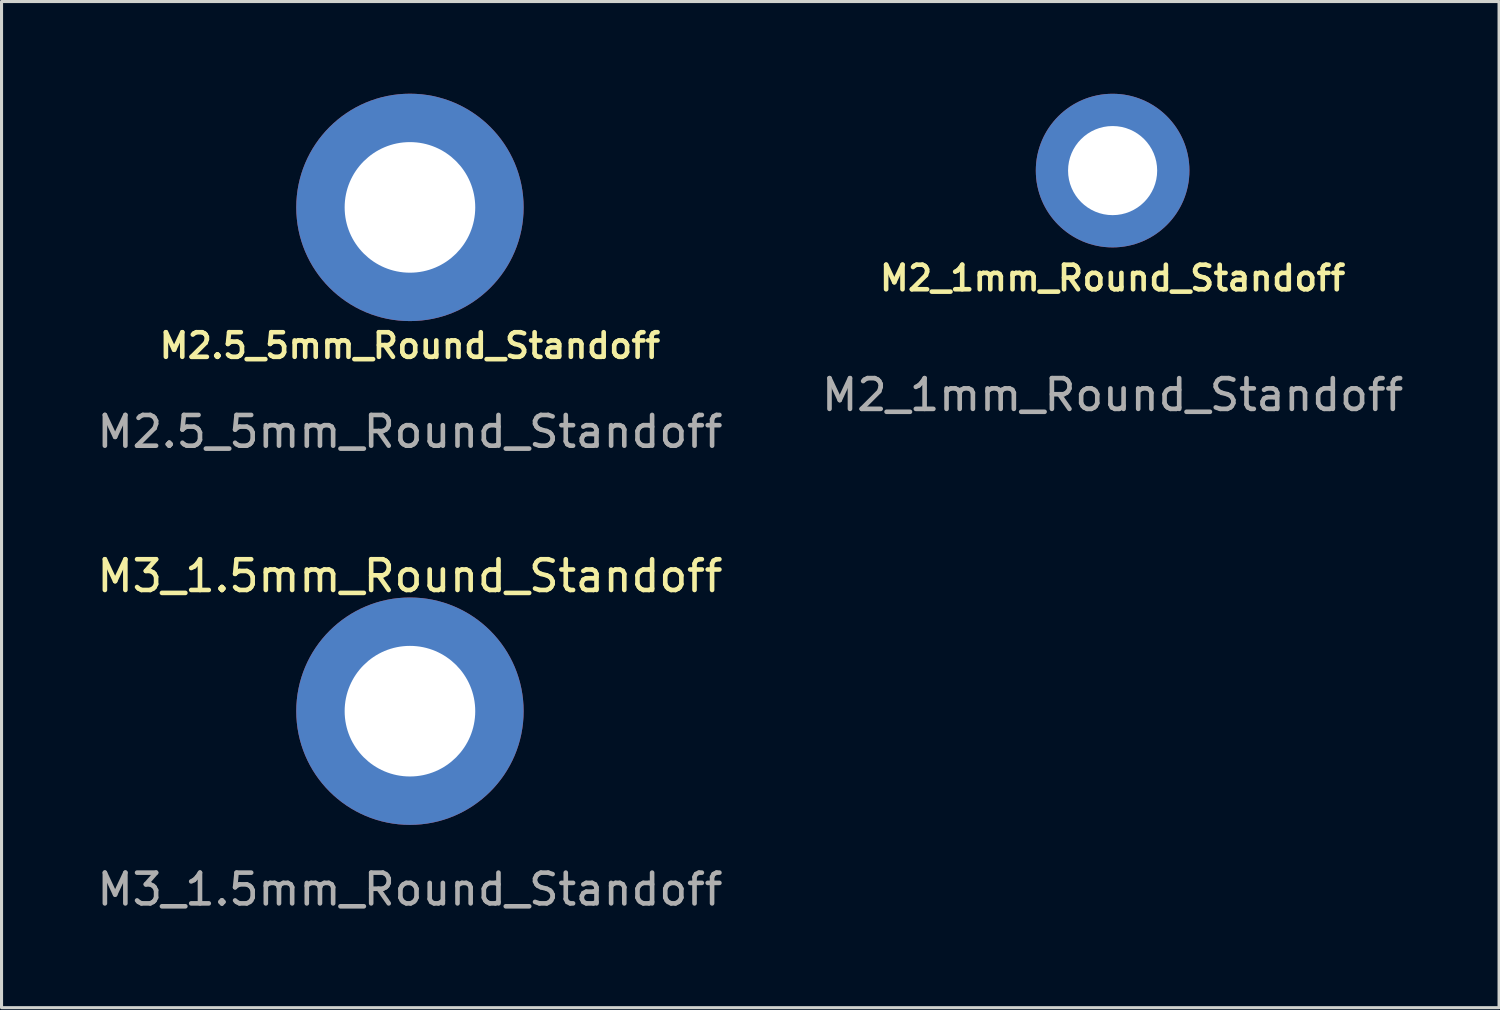
<source format=kicad_pcb>
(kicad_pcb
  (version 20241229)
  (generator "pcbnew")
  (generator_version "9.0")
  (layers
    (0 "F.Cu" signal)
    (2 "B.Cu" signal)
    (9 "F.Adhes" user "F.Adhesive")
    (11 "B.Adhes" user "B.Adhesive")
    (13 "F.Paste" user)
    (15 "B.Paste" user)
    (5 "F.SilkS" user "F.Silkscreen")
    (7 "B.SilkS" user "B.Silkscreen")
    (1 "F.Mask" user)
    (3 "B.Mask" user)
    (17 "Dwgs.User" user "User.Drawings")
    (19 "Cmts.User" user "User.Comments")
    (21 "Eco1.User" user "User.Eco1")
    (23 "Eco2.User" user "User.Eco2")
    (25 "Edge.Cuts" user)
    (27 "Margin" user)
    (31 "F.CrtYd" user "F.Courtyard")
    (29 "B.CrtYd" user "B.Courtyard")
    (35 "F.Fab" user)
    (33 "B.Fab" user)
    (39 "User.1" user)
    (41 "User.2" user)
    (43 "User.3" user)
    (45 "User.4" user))
  (footprint "M3_1.5mm_Round_Standoff"
    (layer "F.Cu")
    (at 10.292 20.096)
    (property "Reference" "M3_1.5mm_Round_Standoff" (at 0 -4.4 0) (unlocked yes) (layer "F.SilkS") (effects (font (size 1 1) (thickness 0.15))))
    (attr smd)
    (fp_line (start -2.2 -0.4) (end -3.6 -0.4) (stroke (width 0.12) (type default)) (layer "F.Paste"))
    (fp_line (start -2.2 0.4) (end -3.6 0.4) (stroke (width 0.12) (type default)) (layer "F.Paste"))
    (fp_line (start -0.4 -2.2) (end -0.4 -3.6) (stroke (width 0.12) (type default)) (layer "F.Paste"))
    (fp_line (start -0.4 2.2) (end -0.4 3.6) (stroke (width 0.12) (type default)) (layer "F.Paste"))
    (fp_line (start 0.4 -2.2) (end 0.4 -3.6) (stroke (width 0.12) (type default)) (layer "F.Paste"))
    (fp_line (start 0.4 3.6) (end 0.4 2.2) (stroke (width 0.12) (type default)) (layer "F.Paste"))
    (fp_line (start 2.2 -0.4) (end 3.6 -0.4) (stroke (width 0.12) (type default)) (layer "F.Paste"))
    (fp_line (start 2.2 0.4) (end 3.6 0.4) (stroke (width 0.12) (type default)) (layer "F.Paste"))
    (fp_arc (start -3.6 -0.4) (mid -2.56125 -2.56125) (end -0.4 -3.6) (stroke (width 0.12) (type default)) (layer "F.Paste"))
    (fp_arc (start -2.199999 -0.4) (mid -1.581138 -1.581138) (end -0.4 -2.199999) (stroke (width 0.12) (type default)) (layer "F.Paste"))
    (fp_arc (start -0.4 2.199999) (mid -1.581138 1.581138) (end -2.199999 0.4) (stroke (width 0.12) (type default)) (layer "F.Paste"))
    (fp_arc (start -0.4 3.6) (mid -2.56125 2.56125) (end -3.6 0.4) (stroke (width 0.12) (type default)) (layer "F.Paste"))
    (fp_arc (start 0.4 -3.6) (mid 2.56125 -2.56125) (end 3.6 -0.4) (stroke (width 0.12) (type default)) (layer "F.Paste"))
    (fp_arc (start 0.4 -2.199999) (mid 1.581138 -1.581138) (end 2.199999 -0.4) (stroke (width 0.12) (type default)) (layer "F.Paste"))
    (fp_arc (start 2.199999 0.4) (mid 1.581138 1.581138) (end 0.4 2.199999) (stroke (width 0.12) (type default)) (layer "F.Paste"))
    (fp_arc (start 3.6 0.4) (mid 2.56125 2.56125) (end 0.4 3.6) (stroke (width 0.12) (type default)) (layer "F.Paste"))
    (fp_poly (pts (xy -2.2 0.4) (xy -3.6 0.4) (xy -3.45 1.06) (xy -3.12 1.83) (xy -2.64 2.48) (xy -2.27 2.82) (xy -1.9 3.08) (xy -1.34 3.37) (xy -1 3.48) (xy -0.4 3.6) (xy -0.4 2.2) (xy -0.76 2.1) (xy -1.16 1.92) (xy -1.61 1.55) (xy -1.96 1.1) (xy -2.1 0.73)) (stroke (width 0.01) (type solid)) (fill yes) (layer "F.Paste"))
    (fp_poly (pts (xy -0.4 -2.2) (xy -0.4 -3.6) (xy -1.06 -3.45) (xy -1.83 -3.12) (xy -2.48 -2.64) (xy -2.82 -2.27) (xy -3.08 -1.9) (xy -3.37 -1.34) (xy -3.48 -1) (xy -3.6 -0.4) (xy -2.2 -0.4) (xy -2.1 -0.76) (xy -1.92 -1.16) (xy -1.55 -1.61) (xy -1.1 -1.96) (xy -0.73 -2.1)) (stroke (width 0.01) (type solid)) (fill yes) (layer "F.Paste"))
    (fp_poly (pts (xy 0.4 2.2) (xy 0.4 3.6) (xy 1.06 3.45) (xy 1.83 3.12) (xy 2.48 2.64) (xy 2.82 2.27) (xy 3.08 1.9) (xy 3.37 1.34) (xy 3.48 1) (xy 3.6 0.4) (xy 2.2 0.4) (xy 2.1 0.76) (xy 1.92 1.16) (xy 1.55 1.61) (xy 1.1 1.96) (xy 0.73 2.1)) (stroke (width 0.01) (type solid)) (fill yes) (layer "F.Paste"))
    (fp_poly (pts (xy 2.2 -0.4) (xy 3.6 -0.4) (xy 3.45 -1.06) (xy 3.12 -1.83) (xy 2.64 -2.48) (xy 2.27 -2.82) (xy 1.9 -3.08) (xy 1.34 -3.37) (xy 1 -3.48) (xy 0.4 -3.6) (xy 0.4 -2.2) (xy 0.76 -2.1) (xy 1.16 -1.92) (xy 1.61 -1.55) (xy 1.96 -1.1) (xy 2.1 -0.73)) (stroke (width 0.01) (type solid)) (fill yes) (layer "F.Paste"))
    (fp_text user "${REFERENCE}" (at 0 5.8 0) (unlocked yes) (layer "F.Fab") (effects (font (size 1 1) (thickness 0.15))))
    (pad "1" thru_hole circle (at 0 0) (size 7.4 7.4) (drill 4.25) (layers "*.Cu" "F.Mask")))
  (footprint "M2_1mm_Round_Standoff"
    (layer "F.Cu")
    (at 33.161 2.502)
    (property "Reference" "M2_1mm_Round_Standoff" (at 0 3.5 0) (unlocked yes) (layer "F.SilkS") (effects (font (size 0.8 0.8) (thickness 0.15))))
    (attr smd)
    (fp_line (start -2.4 0.5) (end -1.4 0.5) (stroke (width 0.1) (type default)) (layer "F.Paste"))
    (fp_line (start -1.4 -0.5) (end -2.4 -0.5) (stroke (width 0.1) (type default)) (layer "F.Paste"))
    (fp_line (start 1.4 0.5) (end 2.4 0.5) (stroke (width 0.1) (type default)) (layer "F.Paste"))
    (fp_line (start 2.4 -0.5) (end 1.4 -0.5) (stroke (width 0.1) (type default)) (layer "F.Paste"))
    (fp_arc (start -2.4 -0.5) (mid 0 -2.45153) (end 2.4 -0.5) (stroke (width 0.1) (type default)) (layer "F.Paste"))
    (fp_arc (start -2.3 -0.5) (mid 0 -2.35372) (end 2.3 -0.5) (stroke (width 0.1) (type default)) (layer "F.Paste"))
    (fp_arc (start -2.199999 -0.5) (mid 0 -2.256102) (end 2.199999 -0.5) (stroke (width 0.1) (type default)) (layer "F.Paste"))
    (fp_arc (start -2.1 -0.5) (mid 0 -2.158703) (end 2.1 -0.5) (stroke (width 0.1) (type default)) (layer "F.Paste"))
    (fp_arc (start -1.999999 -0.5) (mid 0 -2.061552) (end 1.999999 -0.5) (stroke (width 0.1) (type default)) (layer "F.Paste"))
    (fp_arc (start -1.9 -0.5) (mid 0 -1.964688) (end 1.9 -0.5) (stroke (width 0.1) (type default)) (layer "F.Paste"))
    (fp_arc (start -1.8 -0.5) (mid 0 -1.868154) (end 1.8 -0.5) (stroke (width 0.1) (type default)) (layer "F.Paste"))
    (fp_arc (start -1.7 -0.5) (mid 0 -1.772005) (end 1.7 -0.5) (stroke (width 0.1) (type default)) (layer "F.Paste"))
    (fp_arc (start -1.6 -0.5) (mid 0 -1.676305) (end 1.6 -0.5) (stroke (width 0.1) (type default)) (layer "F.Paste"))
    (fp_arc (start -1.499999 -0.5) (mid 0 -1.581138) (end 1.499999 -0.5) (stroke (width 0.1) (type default)) (layer "F.Paste"))
    (fp_arc (start -1.399999 -0.5) (mid 0 -1.486606) (end 1.399999 -0.5) (stroke (width 0.1) (type default)) (layer "F.Paste"))
    (fp_arc (start 1.399999 0.5) (mid 0 1.486606) (end -1.399999 0.5) (stroke (width 0.1) (type default)) (layer "F.Paste"))
    (fp_arc (start 1.499999 0.5) (mid 0 1.581138) (end -1.499999 0.5) (stroke (width 0.1) (type default)) (layer "F.Paste"))
    (fp_arc (start 1.6 0.5) (mid 0 1.676305) (end -1.6 0.5) (stroke (width 0.1) (type default)) (layer "F.Paste"))
    (fp_arc (start 1.7 0.5) (mid 0 1.772005) (end -1.7 0.5) (stroke (width 0.1) (type default)) (layer "F.Paste"))
    (fp_arc (start 1.8 0.5) (mid 0 1.868154) (end -1.8 0.5) (stroke (width 0.1) (type default)) (layer "F.Paste"))
    (fp_arc (start 1.9 0.5) (mid 0 1.964688) (end -1.9 0.5) (stroke (width 0.1) (type default)) (layer "F.Paste"))
    (fp_arc (start 1.999999 0.5) (mid 0 2.061552) (end -1.999999 0.5) (stroke (width 0.1) (type default)) (layer "F.Paste"))
    (fp_arc (start 2.1 0.5) (mid 0 2.158703) (end -2.1 0.5) (stroke (width 0.1) (type default)) (layer "F.Paste"))
    (fp_arc (start 2.199999 0.5) (mid 0 2.256102) (end -2.199999 0.5) (stroke (width 0.1) (type default)) (layer "F.Paste"))
    (fp_arc (start 2.3 0.5) (mid 0 2.35372) (end -2.3 0.5) (stroke (width 0.1) (type default)) (layer "F.Paste"))
    (fp_arc (start 2.4 0.5) (mid 0 2.45153) (end -2.4 0.5) (stroke (width 0.1) (type default)) (layer "F.Paste"))
    (fp_text user "${REFERENCE}" (at 0 7.3 0) (unlocked yes) (layer "F.Fab") (effects (font (size 1 1) (thickness 0.15))))
    (pad "1" thru_hole circle (at 0 0) (size 5 5) (drill 2.9) (layers "*.Cu" "F.Mask")))
  (footprint "M2.5_5mm_Round_Standoff"
    (layer "F.Cu")
    (at 10.292 3.7)
    (property "Reference" "M2.5_5mm_Round_Standoff" (at 0 4.5 0) (unlocked yes) (layer "F.SilkS") (effects (font (size 0.8 0.8) (thickness 0.15))))
    (attr smd)
    (fp_line (start -2.2 -0.4) (end -3.6 -0.4) (stroke (width 0.12) (type default)) (layer "F.Paste"))
    (fp_line (start -2.2 0.4) (end -3.6 0.4) (stroke (width 0.12) (type default)) (layer "F.Paste"))
    (fp_line (start -0.4 -2.2) (end -0.4 -3.6) (stroke (width 0.12) (type default)) (layer "F.Paste"))
    (fp_line (start -0.4 2.2) (end -0.4 3.6) (stroke (width 0.12) (type default)) (layer "F.Paste"))
    (fp_line (start 0.4 -2.2) (end 0.4 -3.6) (stroke (width 0.12) (type default)) (layer "F.Paste"))
    (fp_line (start 0.4 3.6) (end 0.4 2.2) (stroke (width 0.12) (type default)) (layer "F.Paste"))
    (fp_line (start 2.2 -0.4) (end 3.6 -0.4) (stroke (width 0.12) (type default)) (layer "F.Paste"))
    (fp_line (start 2.2 0.4) (end 3.6 0.4) (stroke (width 0.12) (type default)) (layer "F.Paste"))
    (fp_arc (start -3.599999 -0.399999) (mid -2.561249 -2.561249) (end -0.399999 -3.599999) (stroke (width 0.12) (type default)) (layer "F.Paste"))
    (fp_arc (start -2.199998 -0.399999) (mid -1.581137 -1.581137) (end -0.399999 -2.199998) (stroke (width 0.12) (type default)) (layer "F.Paste"))
    (fp_arc (start -0.399999 2.2) (mid -1.581137 1.581139) (end -2.199998 0.400001) (stroke (width 0.12) (type default)) (layer "F.Paste"))
    (fp_arc (start -0.399999 3.600001) (mid -2.561249 2.561251) (end -3.599999 0.400001) (stroke (width 0.12) (type default)) (layer "F.Paste"))
    (fp_arc (start 0.400001 -3.599999) (mid 2.561251 -2.561249) (end 3.600001 -0.399999) (stroke (width 0.12) (type default)) (layer "F.Paste"))
    (fp_arc (start 0.400001 -2.199998) (mid 1.581139 -1.581137) (end 2.2 -0.399999) (stroke (width 0.12) (type default)) (layer "F.Paste"))
    (fp_arc (start 2.2 0.400001) (mid 1.581139 1.581139) (end 0.400001 2.2) (stroke (width 0.12) (type default)) (layer "F.Paste"))
    (fp_arc (start 3.600001 0.400001) (mid 2.561251 2.561251) (end 0.400001 3.600001) (stroke (width 0.12) (type default)) (layer "F.Paste"))
    (fp_poly (pts (xy -2.2 0.4) (xy -3.6 0.4) (xy -3.45 1.06) (xy -3.12 1.83) (xy -2.64 2.48) (xy -2.27 2.82) (xy -1.9 3.08) (xy -1.34 3.37) (xy -1 3.48) (xy -0.4 3.6) (xy -0.4 2.2) (xy -0.76 2.1) (xy -1.16 1.92) (xy -1.61 1.55) (xy -1.96 1.1) (xy -2.1 0.73)) (stroke (width 0.01) (type solid)) (fill yes) (layer "F.Paste"))
    (fp_poly (pts (xy -0.4 -2.2) (xy -0.4 -3.6) (xy -1.06 -3.45) (xy -1.83 -3.12) (xy -2.48 -2.64) (xy -2.82 -2.27) (xy -3.08 -1.9) (xy -3.37 -1.34) (xy -3.48 -1) (xy -3.6 -0.4) (xy -2.2 -0.4) (xy -2.1 -0.76) (xy -1.92 -1.16) (xy -1.55 -1.61) (xy -1.1 -1.96) (xy -0.73 -2.1)) (stroke (width 0.01) (type solid)) (fill yes) (layer "F.Paste"))
    (fp_poly (pts (xy 0.4 2.2) (xy 0.4 3.6) (xy 1.06 3.45) (xy 1.83 3.12) (xy 2.48 2.64) (xy 2.82 2.27) (xy 3.08 1.9) (xy 3.37 1.34) (xy 3.48 1) (xy 3.6 0.4) (xy 2.2 0.4) (xy 2.1 0.76) (xy 1.92 1.16) (xy 1.55 1.61) (xy 1.1 1.96) (xy 0.73 2.1)) (stroke (width 0.01) (type solid)) (fill yes) (layer "F.Paste"))
    (fp_poly (pts (xy 2.2 -0.4) (xy 3.6 -0.4) (xy 3.45 -1.06) (xy 3.12 -1.83) (xy 2.64 -2.48) (xy 2.27 -2.82) (xy 1.9 -3.08) (xy 1.34 -3.37) (xy 1 -3.48) (xy 0.4 -3.6) (xy 0.4 -2.2) (xy 0.76 -2.1) (xy 1.16 -1.92) (xy 1.61 -1.55) (xy 1.96 -1.1) (xy 2.1 -0.73)) (stroke (width 0.01) (type solid)) (fill yes) (layer "F.Paste"))
    (fp_text user "${REFERENCE}" (at 0 7.3 0) (unlocked yes) (layer "F.Fab") (effects (font (size 1 1) (thickness 0.15))))
    (pad "1" thru_hole circle (at 0.000001 0.000001) (size 7.4 7.4) (drill 4.25) (layers "*.Cu" "F.Mask")))
  (gr_rect
    (start -3 -3)
    (end 45.738 29.745)
    (stroke (width 0.1) (type default))
    (fill no)
    (layer "Edge.Cuts")))
</source>
